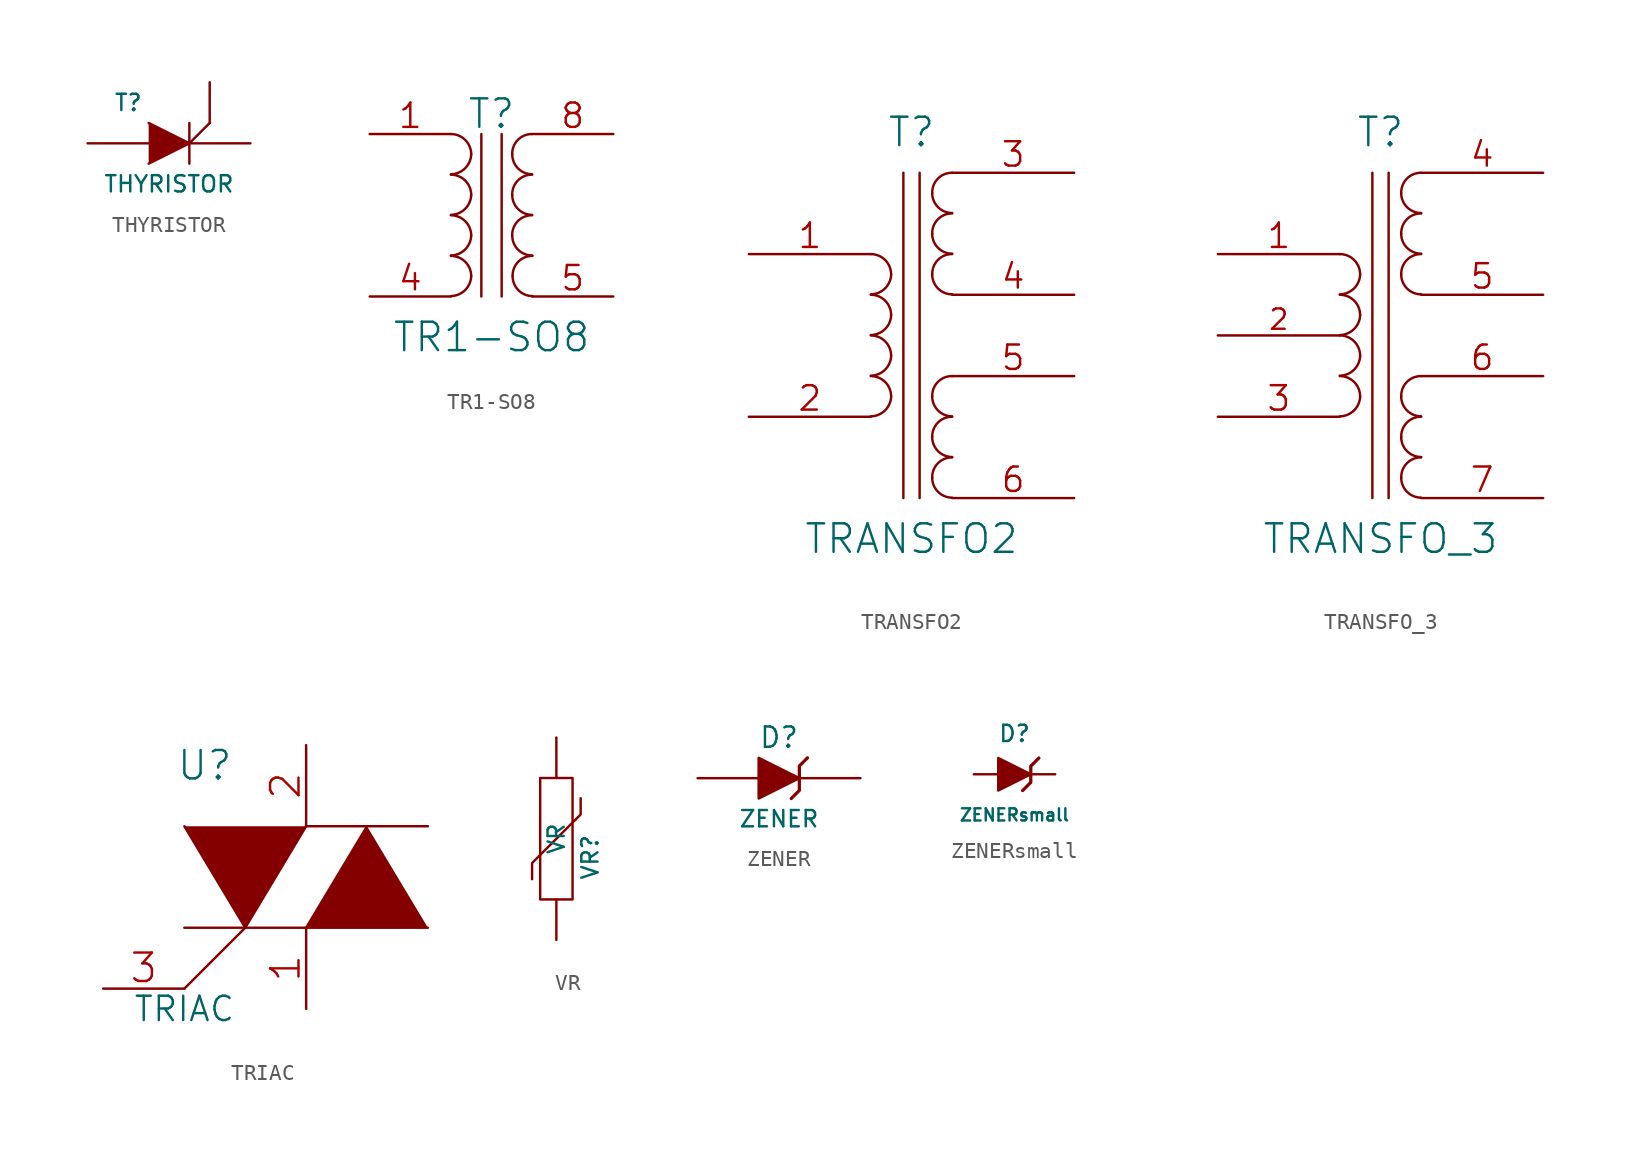
<source format=kicad_sym>
(kicad_symbol_lib
  (version 20211014)
  (generator kicad_symbol_editor)
  (symbol "THYRISTOR"
    (pin_numbers hide)
    (pin_names
      (offset 1.016) hide)
    (property "Reference" "T"
      (at -2.54 2.54 0)
      (effects (font (size 1.016 1.016))))
    (property "Value" "THYRISTOR"
      (at 0 -2.54 0)
      (effects (font (size 1.016 1.016))))
    (property "Footprint" ""
      (at 0 0 0)
      (effects (font (size 1.524 1.524))))
    (property "Datasheet" ""
      (at 0 0 0)
      (effects (font (size 1.524 1.524))))
    (symbol "THYRISTOR_0_1"
      (polyline (pts (xy 1.27 1.27) (xy 1.27 -1.27)) (stroke (width 0) (type default) (color 0 0 0 0)) (fill (type none)))
      (polyline (pts (xy -1.27 1.27) (xy 1.27 0) (xy -1.27 -1.27)) (stroke (width 0) (type default) (color 0 0 0 0)) (fill (type outline)))
      (polyline (pts (xy 1.27 0) (xy 2.54 1.27) (xy 2.54 1.27) (xy 2.54 1.27)) (stroke (width 0) (type default) (color 0 0 0 0)) (fill (type none))))
    (symbol "THYRISTOR_1_1"
      (pin passive line (at -5.08 0 0) (length 3.81) (name "A" (effects (font (size 1.016 1.016)))) (number "A" (effects (font (size 1.016 1.016)))))
      (pin passive line (at 2.54 3.81 270) (length 2.54) (name "G" (effects (font (size 1.016 1.016)))) (number "G" (effects (font (size 1.016 1.016)))))
      (pin passive line (at 5.08 0 180) (length 3.81) (name "K" (effects (font (size 1.016 1.016)))) (number "K" (effects (font (size 1.016 1.016)))))))
  (symbol "TR1-SO8"
    (pin_names
      (offset 1.016) hide)
    (property "Reference" "T"
      (at 0 6.35 0)
      (effects (font (size 1.778 1.778))))
    (property "Value" "TR1-SO8"
      (at 0 -7.62 0)
      (effects (font (size 1.778 1.778))))
    (property "Footprint" ""
      (at 0 0 0)
      (effects (font (size 1.524 1.524))))
    (property "Datasheet" ""
      (at 0 0 0)
      (effects (font (size 1.524 1.524))))
    (symbol "TR1-SO8_0_1"
      (arc (start -2.54 -5.0546) (mid -1.6599 -4.6901) (end -1.27 -3.81) (stroke (width 0) (type default) (color 0 0 0 0)) (fill (type none)))
      (arc (start -2.54 -2.5146) (mid -1.6599 -2.1501) (end -1.27 -1.27) (stroke (width 0) (type default) (color 0 0 0 0)) (fill (type none)))
      (arc (start -2.54 0.0254) (mid -1.6599 0.3899) (end -1.27 1.27) (stroke (width 0) (type default) (color 0 0 0 0)) (fill (type none)))
      (arc (start -2.54 2.5654) (mid -1.6599 2.9299) (end -1.27 3.81) (stroke (width 0) (type default) (color 0 0 0 0)) (fill (type none)))
      (arc (start -1.27 -3.81) (mid -1.642 -2.912) (end -2.54 -2.54) (stroke (width 0) (type default) (color 0 0 0 0)) (fill (type none)))
      (arc (start -1.27 -1.27) (mid -1.642 -0.372) (end -2.54 0) (stroke (width 0) (type default) (color 0 0 0 0)) (fill (type none)))
      (arc (start -1.27 1.27) (mid -1.642 2.168) (end -2.54 2.54) (stroke (width 0) (type default) (color 0 0 0 0)) (fill (type none)))
      (arc (start -1.27 3.81) (mid -1.642 4.708) (end -2.54 5.08) (stroke (width 0) (type default) (color 0 0 0 0)) (fill (type none)))
      (polyline (pts (xy -0.635 5.08) (xy -0.635 -5.08)) (stroke (width 0) (type default) (color 0 0 0 0)) (fill (type none)))
      (polyline (pts (xy 0.635 -5.08) (xy 0.635 5.08)) (stroke (width 0) (type default) (color 0 0 0 0)) (fill (type none)))
      (arc (start 1.2954 -1.27) (mid 1.6599 -2.1501) (end 2.54 -2.5146) (stroke (width 0) (type default) (color 0 0 0 0)) (fill (type none)))
      (arc (start 1.2954 1.27) (mid 1.6599 0.3899) (end 2.54 0.0254) (stroke (width 0) (type default) (color 0 0 0 0)) (fill (type none)))
      (arc (start 1.2954 3.81) (mid 1.6599 2.9299) (end 2.54 2.5654) (stroke (width 0) (type default) (color 0 0 0 0)) (fill (type none)))
      (arc (start 1.3208 -3.81) (mid 1.6853 -4.6901) (end 2.5654 -5.0546) (stroke (width 0) (type default) (color 0 0 0 0)) (fill (type none)))
      (arc (start 2.54 0) (mid 1.642 -0.372) (end 1.2954 -1.27) (stroke (width 0) (type default) (color 0 0 0 0)) (fill (type none)))
      (arc (start 2.54 2.54) (mid 1.642 2.168) (end 1.2954 1.27) (stroke (width 0) (type default) (color 0 0 0 0)) (fill (type none)))
      (arc (start 2.54 5.08) (mid 1.642 4.708) (end 1.2954 3.81) (stroke (width 0) (type default) (color 0 0 0 0)) (fill (type none)))
      (arc (start 2.5654 -2.54) (mid 1.6674 -2.912) (end 1.3208 -3.81) (stroke (width 0) (type default) (color 0 0 0 0)) (fill (type none))))
    (symbol "TR1-SO8_1_1"
      (pin passive line (at -7.62 5.08 0) (length 5.08) (name "AA" (effects (font (size 1.524 1.524)))) (number "1" (effects (font (size 1.524 1.524)))))
      (pin passive line (at -7.62 -5.08 0) (length 5.08) (name "AB" (effects (font (size 1.524 1.524)))) (number "4" (effects (font (size 1.524 1.524)))))
      (pin passive line (at 7.62 -5.08 180) (length 5.08) (name "SA" (effects (font (size 1.524 1.524)))) (number "5" (effects (font (size 1.524 1.524)))))
      (pin passive line (at 7.62 5.08 180) (length 5.08) (name "SB" (effects (font (size 1.524 1.524)))) (number "8" (effects (font (size 1.524 1.524)))))))
  (symbol "TRANSFO2"
    (pin_names
      (offset 1.016) hide)
    (property "Reference" "T"
      (at 0 12.7 0)
      (effects (font (size 1.778 1.778))))
    (property "Value" "TRANSFO2"
      (at 0 -12.7 0)
      (effects (font (size 1.778 1.778))))
    (property "Footprint" ""
      (at 0 0 0)
      (effects (font (size 1.524 1.524))))
    (property "Datasheet" ""
      (at 0 0 0)
      (effects (font (size 1.524 1.524))))
    (symbol "TRANSFO2_0_1"
      (arc (start -2.54 -5.0546) (mid -1.6599 -4.6901) (end -1.27 -3.81) (stroke (width 0) (type default) (color 0 0 0 0)) (fill (type none)))
      (arc (start -2.54 -2.5146) (mid -1.6599 -2.1501) (end -1.27 -1.27) (stroke (width 0) (type default) (color 0 0 0 0)) (fill (type none)))
      (arc (start -2.54 0.0254) (mid -1.6599 0.3899) (end -1.27 1.27) (stroke (width 0) (type default) (color 0 0 0 0)) (fill (type none)))
      (arc (start -2.54 2.5654) (mid -1.6599 2.9299) (end -1.27 3.81) (stroke (width 0) (type default) (color 0 0 0 0)) (fill (type none)))
      (arc (start -1.27 -3.81) (mid -1.642 -2.912) (end -2.54 -2.54) (stroke (width 0) (type default) (color 0 0 0 0)) (fill (type none)))
      (arc (start -1.27 -1.27) (mid -1.642 -0.372) (end -2.54 0) (stroke (width 0) (type default) (color 0 0 0 0)) (fill (type none)))
      (arc (start -1.27 1.27) (mid -1.642 2.168) (end -2.54 2.54) (stroke (width 0) (type default) (color 0 0 0 0)) (fill (type none)))
      (arc (start -1.27 3.81) (mid -1.642 4.708) (end -2.54 5.08) (stroke (width 0) (type default) (color 0 0 0 0)) (fill (type none)))
      (polyline (pts (xy -0.508 -10.16) (xy -0.508 10.16)) (stroke (width 0) (type default) (color 0 0 0 0)) (fill (type none)))
      (polyline (pts (xy 0.508 10.16) (xy 0.508 -10.16)) (stroke (width 0) (type default) (color 0 0 0 0)) (fill (type none)))
      (arc (start 1.2954 -8.89) (mid 1.6599 -9.7701) (end 2.54 -10.1346) (stroke (width 0) (type default) (color 0 0 0 0)) (fill (type none)))
      (arc (start 1.2954 -6.35) (mid 1.6599 -7.2301) (end 2.54 -7.5946) (stroke (width 0) (type default) (color 0 0 0 0)) (fill (type none)))
      (arc (start 1.2954 -3.81) (mid 1.6599 -4.6901) (end 2.54 -5.0546) (stroke (width 0) (type default) (color 0 0 0 0)) (fill (type none)))
      (arc (start 1.2954 3.81) (mid 1.6599 2.9299) (end 2.54 2.5654) (stroke (width 0) (type default) (color 0 0 0 0)) (fill (type none)))
      (arc (start 1.2954 6.35) (mid 1.6599 5.4699) (end 2.54 5.1054) (stroke (width 0) (type default) (color 0 0 0 0)) (fill (type none)))
      (arc (start 1.2954 8.89) (mid 1.6599 8.0099) (end 2.54 7.6454) (stroke (width 0) (type default) (color 0 0 0 0)) (fill (type none)))
      (arc (start 2.54 -7.62) (mid 1.642 -7.992) (end 1.2954 -8.89) (stroke (width 0) (type default) (color 0 0 0 0)) (fill (type none)))
      (arc (start 2.54 -5.08) (mid 1.642 -5.452) (end 1.2954 -6.35) (stroke (width 0) (type default) (color 0 0 0 0)) (fill (type none)))
      (arc (start 2.54 -2.54) (mid 1.642 -2.912) (end 1.2954 -3.81) (stroke (width 0) (type default) (color 0 0 0 0)) (fill (type none)))
      (arc (start 2.54 5.08) (mid 1.642 4.708) (end 1.2954 3.81) (stroke (width 0) (type default) (color 0 0 0 0)) (fill (type none)))
      (arc (start 2.54 7.62) (mid 1.642 7.248) (end 1.2954 6.35) (stroke (width 0) (type default) (color 0 0 0 0)) (fill (type none)))
      (arc (start 2.54 10.16) (mid 1.642 9.788) (end 1.2954 8.89) (stroke (width 0) (type default) (color 0 0 0 0)) (fill (type none))))
    (symbol "TRANSFO2_1_1"
      (pin passive line (at -10.16 5.08 0) (length 7.62) (name "AA" (effects (font (size 1.524 1.524)))) (number "1" (effects (font (size 1.524 1.524)))))
      (pin passive line (at -10.16 -5.08 0) (length 7.62) (name "AB" (effects (font (size 1.524 1.524)))) (number "2" (effects (font (size 1.524 1.524)))))
      (pin passive line (at 10.16 10.16 180) (length 7.62) (name "SA" (effects (font (size 1.524 1.524)))) (number "3" (effects (font (size 1.524 1.524)))))
      (pin passive line (at 10.16 2.54 180) (length 7.62) (name "SB" (effects (font (size 1.524 1.524)))) (number "4" (effects (font (size 1.524 1.524)))))
      (pin passive line (at 10.16 -2.54 180) (length 7.62) (name "SC" (effects (font (size 1.524 1.524)))) (number "5" (effects (font (size 1.524 1.524)))))
      (pin passive line (at 10.16 -10.16 180) (length 7.62) (name "SD" (effects (font (size 1.524 1.524)))) (number "6" (effects (font (size 1.524 1.524)))))))
  (symbol "TRANSFO_3"
    (pin_names
      (offset 1.016) hide)
    (property "Reference" "T"
      (at 0 12.7 0)
      (effects (font (size 1.778 1.778))))
    (property "Value" "TRANSFO_3"
      (at 0 -12.7 0)
      (effects (font (size 1.778 1.778))))
    (property "Footprint" ""
      (at 0 0 0)
      (effects (font (size 1.524 1.524))))
    (property "Datasheet" ""
      (at 0 0 0)
      (effects (font (size 1.524 1.524))))
    (symbol "TRANSFO_3_0_1"
      (arc (start -2.54 -5.0546) (mid -1.6599 -4.6901) (end -1.27 -3.81) (stroke (width 0) (type default) (color 0 0 0 0)) (fill (type none)))
      (arc (start -2.54 -2.5146) (mid -1.6599 -2.1501) (end -1.27 -1.27) (stroke (width 0) (type default) (color 0 0 0 0)) (fill (type none)))
      (arc (start -2.54 0.0254) (mid -1.6599 0.3899) (end -1.27 1.27) (stroke (width 0) (type default) (color 0 0 0 0)) (fill (type none)))
      (arc (start -2.54 2.5654) (mid -1.6599 2.9299) (end -1.27 3.81) (stroke (width 0) (type default) (color 0 0 0 0)) (fill (type none)))
      (arc (start -1.27 -3.81) (mid -1.642 -2.912) (end -2.54 -2.54) (stroke (width 0) (type default) (color 0 0 0 0)) (fill (type none)))
      (arc (start -1.27 -1.27) (mid -1.642 -0.372) (end -2.54 0) (stroke (width 0) (type default) (color 0 0 0 0)) (fill (type none)))
      (arc (start -1.27 1.27) (mid -1.642 2.168) (end -2.54 2.54) (stroke (width 0) (type default) (color 0 0 0 0)) (fill (type none)))
      (arc (start -1.27 3.81) (mid -1.642 4.708) (end -2.54 5.08) (stroke (width 0) (type default) (color 0 0 0 0)) (fill (type none)))
      (polyline (pts (xy -0.508 -10.16) (xy -0.508 10.16)) (stroke (width 0) (type default) (color 0 0 0 0)) (fill (type none)))
      (polyline (pts (xy 0.508 10.16) (xy 0.508 -10.16)) (stroke (width 0) (type default) (color 0 0 0 0)) (fill (type none)))
      (arc (start 1.2954 -8.89) (mid 1.6599 -9.7701) (end 2.54 -10.1346) (stroke (width 0) (type default) (color 0 0 0 0)) (fill (type none)))
      (arc (start 1.2954 -6.35) (mid 1.6599 -7.2301) (end 2.54 -7.5946) (stroke (width 0) (type default) (color 0 0 0 0)) (fill (type none)))
      (arc (start 1.2954 -3.81) (mid 1.6599 -4.6901) (end 2.54 -5.0546) (stroke (width 0) (type default) (color 0 0 0 0)) (fill (type none)))
      (arc (start 1.2954 3.81) (mid 1.6599 2.9299) (end 2.54 2.5654) (stroke (width 0) (type default) (color 0 0 0 0)) (fill (type none)))
      (arc (start 1.2954 6.35) (mid 1.6599 5.4699) (end 2.54 5.1054) (stroke (width 0) (type default) (color 0 0 0 0)) (fill (type none)))
      (arc (start 1.2954 8.89) (mid 1.6599 8.0099) (end 2.54 7.6454) (stroke (width 0) (type default) (color 0 0 0 0)) (fill (type none)))
      (arc (start 2.54 -7.62) (mid 1.642 -7.992) (end 1.2954 -8.89) (stroke (width 0) (type default) (color 0 0 0 0)) (fill (type none)))
      (arc (start 2.54 -5.08) (mid 1.642 -5.452) (end 1.2954 -6.35) (stroke (width 0) (type default) (color 0 0 0 0)) (fill (type none)))
      (arc (start 2.54 -2.54) (mid 1.642 -2.912) (end 1.2954 -3.81) (stroke (width 0) (type default) (color 0 0 0 0)) (fill (type none)))
      (arc (start 2.54 5.08) (mid 1.642 4.708) (end 1.2954 3.81) (stroke (width 0) (type default) (color 0 0 0 0)) (fill (type none)))
      (arc (start 2.54 7.62) (mid 1.642 7.248) (end 1.2954 6.35) (stroke (width 0) (type default) (color 0 0 0 0)) (fill (type none)))
      (arc (start 2.54 10.16) (mid 1.642 9.788) (end 1.2954 8.89) (stroke (width 0) (type default) (color 0 0 0 0)) (fill (type none))))
    (symbol "TRANSFO_3_1_1"
      (pin passive line (at -10.16 5.08 0) (length 7.62) (name "IN+" (effects (font (size 1.524 1.524)))) (number "1" (effects (font (size 1.524 1.524)))))
      (pin passive line (at -10.16 0 0) (length 7.62) (name "PM" (effects (font (size 1.27 1.27)))) (number "2" (effects (font (size 1.27 1.27)))))
      (pin passive line (at -10.16 -5.08 0) (length 7.62) (name "IN-" (effects (font (size 1.524 1.524)))) (number "3" (effects (font (size 1.524 1.524)))))
      (pin passive line (at 10.16 10.16 180) (length 7.62) (name "OUT1A" (effects (font (size 1.524 1.524)))) (number "4" (effects (font (size 1.524 1.524)))))
      (pin passive line (at 10.16 2.54 180) (length 7.62) (name "OUT1B" (effects (font (size 1.524 1.524)))) (number "5" (effects (font (size 1.524 1.524)))))
      (pin passive line (at 10.16 -2.54 180) (length 7.62) (name "OUT2A" (effects (font (size 1.524 1.524)))) (number "6" (effects (font (size 1.524 1.524)))))
      (pin passive line (at 10.16 -10.16 180) (length 7.62) (name "OUT2B" (effects (font (size 1.524 1.524)))) (number "7" (effects (font (size 1.524 1.524)))))))
  (symbol "TRIAC"
    (pin_names
      (offset 0.254))
    (property "Reference" "U"
      (at -6.35 8.89 0)
      (effects (font (size 1.778 1.778))))
    (property "Value" "TRIAC"
      (at -7.62 -6.35 0)
      (effects (font (size 1.524 1.524))))
    (property "Footprint" ""
      (at 0 0 0)
      (effects (font (size 1.524 1.524))))
    (property "Datasheet" ""
      (at 0 0 0)
      (effects (font (size 1.524 1.524))))
    (symbol "TRIAC_0_1"
      (polyline (pts (xy -7.62 -1.27) (xy 0 -1.27)) (stroke (width 0) (type default) (color 0 0 0 0)) (fill (type none)))
      (polyline (pts (xy -3.81 -1.27) (xy -7.62 -5.08)) (stroke (width 0) (type default) (color 0 0 0 0)) (fill (type none)))
      (polyline (pts (xy 0 5.08) (xy 7.62 5.08)) (stroke (width 0) (type default) (color 0 0 0 0)) (fill (type none)))
      (polyline (pts (xy -7.62 5.08) (xy -3.81 -1.27) (xy 0 5.08)) (stroke (width 0) (type default) (color 0 0 0 0)) (fill (type outline)))
      (polyline (pts (xy 3.81 5.08) (xy 0 -1.27) (xy 7.62 -1.27)) (stroke (width 0) (type default) (color 0 0 0 0)) (fill (type outline))))
    (symbol "TRIAC_1_1"
      (pin passive line (at 0 -6.35 90) (length 5.08) (name "~" (effects (font (size 1.778 1.778)))) (number "1" (effects (font (size 1.778 1.778)))))
      (pin passive line (at 0 10.16 270) (length 5.08) (name "~" (effects (font (size 1.778 1.778)))) (number "2" (effects (font (size 1.778 1.778)))))
      (pin input line (at -12.7 -5.08 0) (length 5.08) (name "~" (effects (font (size 1.778 1.778)))) (number "3" (effects (font (size 1.778 1.778)))))))
  (symbol "VR"
    (pin_numbers hide)
    (pin_names
      (offset 0))
    (property "Reference" "VR"
      (at 1.524 -1.168 90)
      (effects (font (size 1.016 1.016)) (justify top)))
    (property "Value" "VR"
      (at 0 0 90)
      (effects (font (size 1.016 1.016))))
    (property "Footprint" ""
      (at 0 0 0)
      (effects (font (size 1.524 1.524))))
    (property "Datasheet" ""
      (at 0 0 0)
      (effects (font (size 1.524 1.524))))
    (symbol "VR_0_1"
      (rectangle (start -1.016 3.81) (end 1.016 -3.81) (stroke (width 0) (type default) (color 0 0 0 0)) (fill (type none)))
      (polyline (pts (xy -1.524 -2.54) (xy -1.524 -1.524) (xy 1.524 1.524) (xy 1.524 2.54) (xy 1.524 2.54)) (stroke (width 0) (type default) (color 0 0 0 0)) (fill (type none))))
    (symbol "VR_1_1"
      (pin passive line (at 0 6.35 270) (length 2.54) (name "~" (effects (font (size 1.524 1.524)))) (number "1" (effects (font (size 1.524 1.524)))))
      (pin passive line (at 0 -6.35 90) (length 2.54) (name "~" (effects (font (size 1.524 1.524)))) (number "2" (effects (font (size 1.524 1.524)))))))
  (symbol "ZENER"
    (pin_numbers hide)
    (pin_names
      (offset 1.016) hide)
    (property "Reference" "D"
      (at 0 2.54 0)
      (effects (font (size 1.27 1.27))))
    (property "Value" "ZENER"
      (at 0 -2.54 0)
      (effects (font (size 1.016 1.016))))
    (property "Footprint" ""
      (at 0 0 0)
      (effects (font (size 1.524 1.524))))
    (property "Datasheet" ""
      (at 0 0 0)
      (effects (font (size 1.524 1.524))))
    (symbol "ZENER_0_1"
      (polyline (pts (xy 1.27 0) (xy -1.27 1.27) (xy -1.27 -1.27) (xy 1.27 0) (xy 1.27 0)) (stroke (width 0) (type default) (color 0 0 0 0)) (fill (type outline)))
      (polyline (pts (xy 1.778 1.27) (xy 1.27 0.762) (xy 1.27 -0.762) (xy 0.762 -1.27) (xy 0.762 -1.27)) (stroke (width 0.203) (type default) (color 0 0 0 0)) (fill (type none))))
    (symbol "ZENER_1_1"
      (pin passive line (at -5.08 0 0) (length 3.81) (name "A" (effects (font (size 1.016 1.016)))) (number "1" (effects (font (size 1.016 1.016)))))
      (pin passive line (at 5.08 0 180) (length 3.81) (name "K" (effects (font (size 1.016 1.016)))) (number "2" (effects (font (size 1.016 1.016)))))))
  (symbol "ZENERsmall"
    (pin_numbers hide)
    (pin_names
      (offset 1.016) hide)
    (property "Reference" "D"
      (at 0 2.54 0)
      (effects (font (size 1.016 1.016))))
    (property "Value" "ZENERsmall"
      (at 0 -2.54 0)
      (effects (font (size 0.762 0.762))))
    (property "Footprint" ""
      (at 0 0 0)
      (effects (font (size 1.524 1.524))))
    (property "Datasheet" ""
      (at 0 0 0)
      (effects (font (size 1.524 1.524))))
    (symbol "ZENERsmall_0_1"
      (polyline (pts (xy -1.016 1.016) (xy 1.016 0) (xy -1.016 -1.016) (xy -1.016 1.016)) (stroke (width 0) (type default) (color 0 0 0 0)) (fill (type outline)))
      (polyline (pts (xy 1.524 1.016) (xy 1.016 0.508) (xy 1.016 -0.508) (xy 0.508 -1.016)) (stroke (width 0.203) (type default) (color 0 0 0 0)) (fill (type none))))
    (symbol "ZENERsmall_1_1"
      (pin passive line (at -2.54 0 0) (length 1.524) (name "A" (effects (font (size 1.016 1.016)))) (number "1" (effects (font (size 1.016 1.016)))))
      (pin passive line (at 2.54 0 180) (length 1.524) (name "K" (effects (font (size 1.016 1.016)))) (number "2" (effects (font (size 1.016 1.016))))))))
</source>
